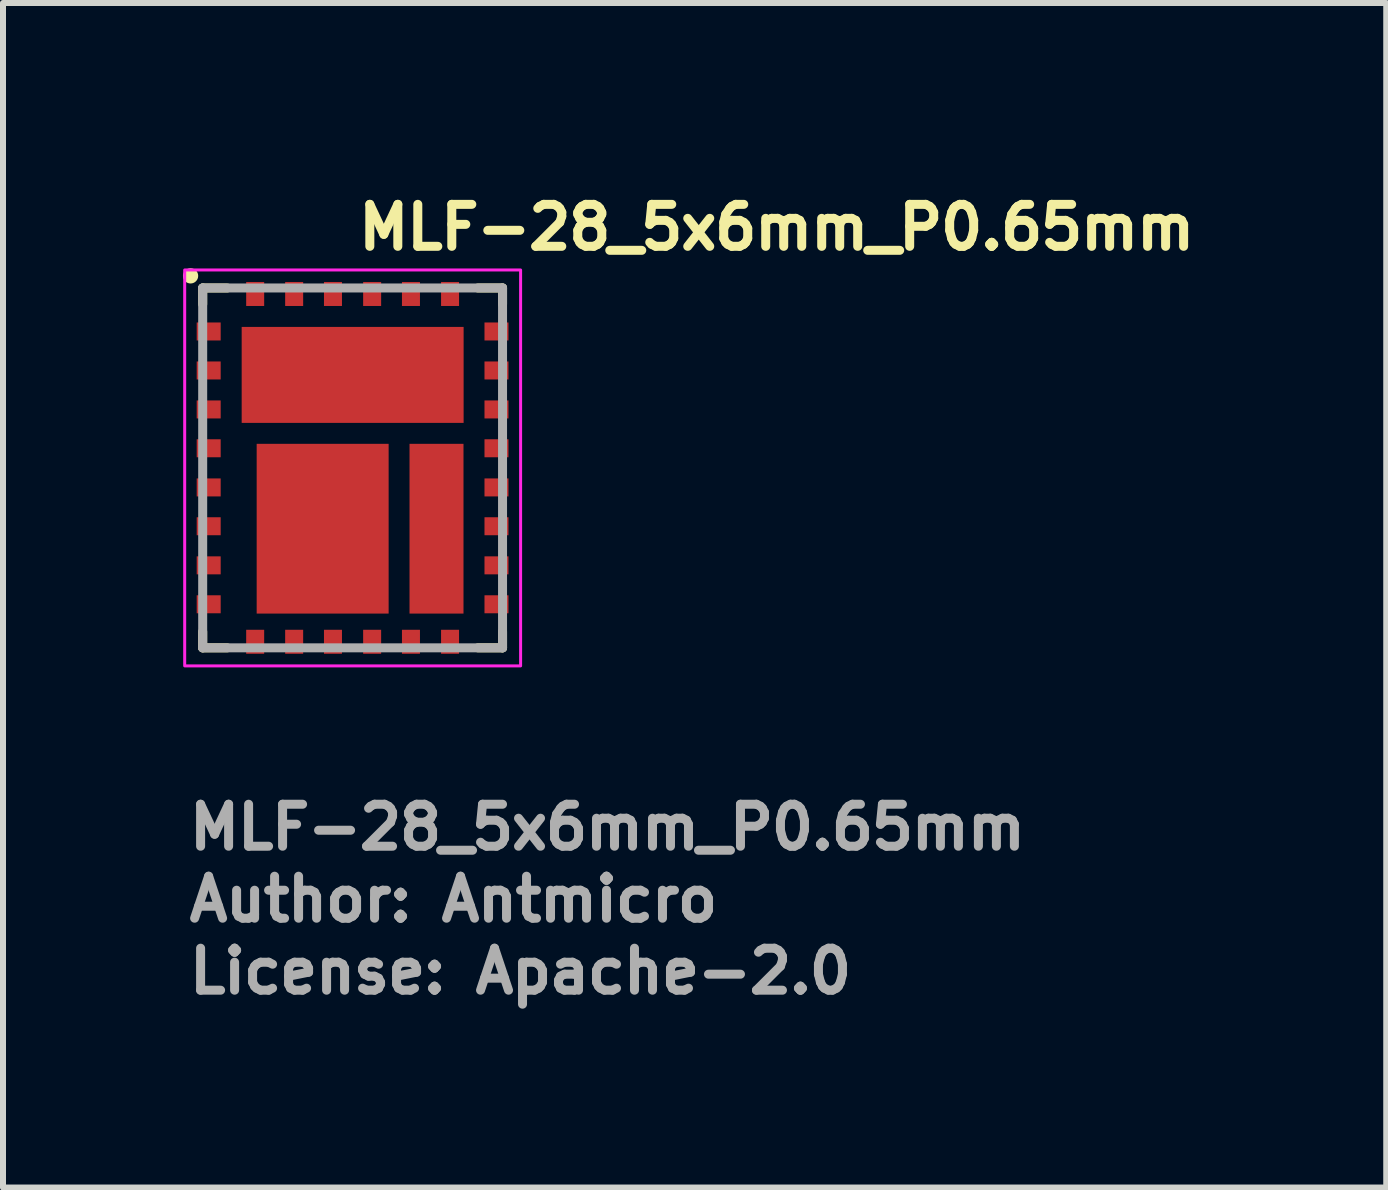
<source format=kicad_pcb>
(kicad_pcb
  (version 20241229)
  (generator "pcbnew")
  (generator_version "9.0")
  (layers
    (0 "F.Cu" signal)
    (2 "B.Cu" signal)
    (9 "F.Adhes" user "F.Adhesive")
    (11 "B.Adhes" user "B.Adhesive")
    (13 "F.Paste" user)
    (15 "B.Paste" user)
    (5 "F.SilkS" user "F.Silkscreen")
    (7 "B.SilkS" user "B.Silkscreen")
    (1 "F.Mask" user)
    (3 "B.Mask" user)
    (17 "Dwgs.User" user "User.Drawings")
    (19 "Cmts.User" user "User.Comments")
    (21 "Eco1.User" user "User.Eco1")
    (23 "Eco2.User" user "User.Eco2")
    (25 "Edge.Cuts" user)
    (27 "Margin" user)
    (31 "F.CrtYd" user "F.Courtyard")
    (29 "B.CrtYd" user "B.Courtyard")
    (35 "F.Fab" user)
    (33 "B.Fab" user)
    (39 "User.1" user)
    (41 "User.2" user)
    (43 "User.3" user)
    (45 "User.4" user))
  (footprint "MLF-28_5x6mm_P0.65mm"
    (layer "F.Cu")
    (at 2.829 4.751)
    (property "Reference" "MLF-28_5x6mm_P0.65mm" (at 0.021 -3.601 0) (layer "F.SilkS") (effects (font (size 0.7 0.7) (thickness 0.15)) (justify left bottom)))
    (attr smd)
    (fp_line (start -2.5 -3) (end -2.09 -3) (stroke (width 0.15) (type solid)) (layer "F.SilkS"))
    (fp_line (start -2.5 -2.73) (end -2.5 -3) (stroke (width 0.15) (type solid)) (layer "F.SilkS"))
    (fp_line (start -2.5 2.999) (end -2.5 2.729) (stroke (width 0.15) (type solid)) (layer "F.SilkS"))
    (fp_line (start -2.5 2.999) (end -2.09 2.999) (stroke (width 0.15) (type solid)) (layer "F.SilkS"))
    (fp_line (start 2.088 -3) (end 2.499 -3) (stroke (width 0.15) (type solid)) (layer "F.SilkS"))
    (fp_line (start 2.088 2.999) (end 2.499 2.999) (stroke (width 0.15) (type solid)) (layer "F.SilkS"))
    (fp_line (start 2.499 -2.73) (end 2.499 -3) (stroke (width 0.15) (type solid)) (layer "F.SilkS"))
    (fp_line (start 2.499 2.999) (end 2.499 2.729) (stroke (width 0.15) (type solid)) (layer "F.SilkS"))
    (fp_circle (center -2.702 -3.202) (end -2.65 -3.202) (stroke (width 0.15) (type solid)) (fill yes) (layer "F.SilkS"))
    (fp_poly (pts (xy -1.651 -2.15) (xy -0.103 -2.15) (xy -0.103 -0.951) (xy -1.651 -0.951)) (stroke (width 0.01) (type solid)) (fill yes) (layer "F.Paste"))
    (fp_poly (pts (xy -1.555 -0.198) (xy -0.755 -0.198) (xy -0.755 0.915) (xy -1.555 0.915)) (stroke (width 0.01) (type solid)) (fill yes) (layer "F.Paste"))
    (fp_poly (pts (xy -1.555 1.114) (xy -0.755 1.114) (xy -0.755 2.225) (xy -1.555 2.225)) (stroke (width 0.01) (type solid)) (fill yes) (layer "F.Paste"))
    (fp_poly (pts (xy -0.245 -0.198) (xy 0.555 -0.198) (xy 0.555 0.915) (xy -0.245 0.915)) (stroke (width 0.01) (type solid)) (fill yes) (layer "F.Paste"))
    (fp_poly (pts (xy -0.245 1.114) (xy 0.555 1.114) (xy 0.555 2.225) (xy -0.245 2.225)) (stroke (width 0.01) (type solid)) (fill yes) (layer "F.Paste"))
    (fp_poly (pts (xy 0.1 -2.15) (xy 1.648 -2.15) (xy 1.648 -0.951) (xy 0.1 -0.951)) (stroke (width 0.01) (type solid)) (fill yes) (layer "F.Paste"))
    (fp_poly (pts (xy 1.148 -0.198) (xy 1.648 -0.198) (xy 1.648 0.915) (xy 1.148 0.915)) (stroke (width 0.01) (type solid)) (fill yes) (layer "F.Paste"))
    (fp_poly (pts (xy 1.148 1.114) (xy 1.648 1.114) (xy 1.648 2.225) (xy 1.148 2.225)) (stroke (width 0.01) (type solid)) (fill yes) (layer "F.Paste"))
    (fp_rect (start -2.8 -3.3) (end 2.8 3.3) (stroke (width 0.05) (type solid)) (fill no) (layer "F.CrtYd"))
    (fp_line (start -2.5 -3) (end 2.499 -3) (stroke (width 0.15) (type solid)) (layer "F.Fab"))
    (fp_line (start -2.5 2.999) (end -2.5 -3) (stroke (width 0.15) (type solid)) (layer "F.Fab"))
    (fp_line (start 2.499 -3) (end 2.499 2.999) (stroke (width 0.15) (type solid)) (layer "F.Fab"))
    (fp_line (start 2.499 2.999) (end -2.5 2.999) (stroke (width 0.15) (type solid)) (layer "F.Fab"))
    (fp_rect (start -2.5 -3) (end 2.499 2.999) (stroke (width 0.1) (type solid)) (fill no) (layer "User.5"))
    (fp_line (start -2.5 -3) (end -2.5 2.999) (stroke (width 0.02) (type solid)) (layer "User.9"))
    (fp_line (start -2.5 2.999) (end 2.499 2.999) (stroke (width 0.02) (type solid)) (layer "User.9"))
    (fp_line (start -2.105 -2.316) (end -2.105 -2.308) (stroke (width 0.02) (type solid)) (layer "User.9"))
    (fp_line (start -2.105 -2.316) (end -2.105 -2.308) (stroke (width 0.02) (type solid)) (layer "User.9"))
    (fp_line (start -2.105 -2.308) (end -2.105 -2.308) (stroke (width 0.02) (type solid)) (layer "User.9"))
    (fp_line (start -2.105 -2.308) (end -2.105 -2.308) (stroke (width 0.02) (type solid)) (layer "User.9"))
    (fp_line (start -2.105 -2.308) (end -2.105 -2.299) (stroke (width 0.02) (type solid)) (layer "User.9"))
    (fp_line (start -2.105 -2.308) (end -2.105 -2.299) (stroke (width 0.02) (type solid)) (layer "User.9"))
    (fp_line (start -2.105 -2.299) (end -2.104 -2.291) (stroke (width 0.02) (type solid)) (layer "User.9"))
    (fp_line (start -2.105 -2.299) (end -2.104 -2.291) (stroke (width 0.02) (type solid)) (layer "User.9"))
    (fp_line (start -2.104 -2.326) (end -2.105 -2.316) (stroke (width 0.02) (type solid)) (layer "User.9"))
    (fp_line (start -2.104 -2.326) (end -2.105 -2.316) (stroke (width 0.02) (type solid)) (layer "User.9"))
    (fp_line (start -2.104 -2.291) (end -2.102 -2.282) (stroke (width 0.02) (type solid)) (layer "User.9"))
    (fp_line (start -2.104 -2.291) (end -2.102 -2.282) (stroke (width 0.02) (type solid)) (layer "User.9"))
    (fp_line (start -2.102 -2.334) (end -2.104 -2.326) (stroke (width 0.02) (type solid)) (layer "User.9"))
    (fp_line (start -2.102 -2.334) (end -2.104 -2.326) (stroke (width 0.02) (type solid)) (layer "User.9"))
    (fp_line (start -2.102 -2.282) (end -2.101 -2.274) (stroke (width 0.02) (type solid)) (layer "User.9"))
    (fp_line (start -2.102 -2.282) (end -2.101 -2.274) (stroke (width 0.02) (type solid)) (layer "User.9"))
    (fp_line (start -2.101 -2.342) (end -2.102 -2.334) (stroke (width 0.02) (type solid)) (layer "User.9"))
    (fp_line (start -2.101 -2.342) (end -2.102 -2.334) (stroke (width 0.02) (type solid)) (layer "User.9"))
    (fp_line (start -2.101 -2.274) (end -2.1 -2.266) (stroke (width 0.02) (type solid)) (layer "User.9"))
    (fp_line (start -2.101 -2.274) (end -2.1 -2.266) (stroke (width 0.02) (type solid)) (layer "User.9"))
    (fp_line (start -2.1 -2.351) (end -2.101 -2.342) (stroke (width 0.02) (type solid)) (layer "User.9"))
    (fp_line (start -2.1 -2.351) (end -2.101 -2.342) (stroke (width 0.02) (type solid)) (layer "User.9"))
    (fp_line (start -2.1 -2.266) (end -2.097 -2.258) (stroke (width 0.02) (type solid)) (layer "User.9"))
    (fp_line (start -2.1 -2.266) (end -2.097 -2.258) (stroke (width 0.02) (type solid)) (layer "User.9"))
    (fp_line (start -2.097 -2.359) (end -2.1 -2.351) (stroke (width 0.02) (type solid)) (layer "User.9"))
    (fp_line (start -2.097 -2.359) (end -2.1 -2.351) (stroke (width 0.02) (type solid)) (layer "User.9"))
    (fp_line (start -2.097 -2.258) (end -2.094 -2.25) (stroke (width 0.02) (type solid)) (layer "User.9"))
    (fp_line (start -2.097 -2.258) (end -2.094 -2.25) (stroke (width 0.02) (type solid)) (layer "User.9"))
    (fp_line (start -2.094 -2.366) (end -2.097 -2.359) (stroke (width 0.02) (type solid)) (layer "User.9"))
    (fp_line (start -2.094 -2.366) (end -2.097 -2.359) (stroke (width 0.02) (type solid)) (layer "User.9"))
    (fp_line (start -2.094 -2.25) (end -2.092 -2.243) (stroke (width 0.02) (type solid)) (layer "User.9"))
    (fp_line (start -2.094 -2.25) (end -2.092 -2.243) (stroke (width 0.02) (type solid)) (layer "User.9"))
    (fp_line (start -2.092 -2.374) (end -2.094 -2.366) (stroke (width 0.02) (type solid)) (layer "User.9"))
    (fp_line (start -2.092 -2.374) (end -2.094 -2.366) (stroke (width 0.02) (type solid)) (layer "User.9"))
    (fp_line (start -2.092 -2.243) (end -2.089 -2.235) (stroke (width 0.02) (type solid)) (layer "User.9"))
    (fp_line (start -2.092 -2.243) (end -2.089 -2.235) (stroke (width 0.02) (type solid)) (layer "User.9"))
    (fp_line (start -2.089 -2.38) (end -2.092 -2.374) (stroke (width 0.02) (type solid)) (layer "User.9"))
    (fp_line (start -2.089 -2.38) (end -2.092 -2.374) (stroke (width 0.02) (type solid)) (layer "User.9"))
    (fp_line (start -2.089 -2.235) (end -2.085 -2.229) (stroke (width 0.02) (type solid)) (layer "User.9"))
    (fp_line (start -2.089 -2.235) (end -2.085 -2.229) (stroke (width 0.02) (type solid)) (layer "User.9"))
    (fp_line (start -2.085 -2.388) (end -2.089 -2.38) (stroke (width 0.02) (type solid)) (layer "User.9"))
    (fp_line (start -2.085 -2.388) (end -2.089 -2.38) (stroke (width 0.02) (type solid)) (layer "User.9"))
    (fp_line (start -2.085 -2.229) (end -2.081 -2.222) (stroke (width 0.02) (type solid)) (layer "User.9"))
    (fp_line (start -2.085 -2.229) (end -2.081 -2.222) (stroke (width 0.02) (type solid)) (layer "User.9"))
    (fp_line (start -2.081 -2.395) (end -2.085 -2.388) (stroke (width 0.02) (type solid)) (layer "User.9"))
    (fp_line (start -2.081 -2.395) (end -2.085 -2.388) (stroke (width 0.02) (type solid)) (layer "User.9"))
    (fp_line (start -2.081 -2.222) (end -2.077 -2.214) (stroke (width 0.02) (type solid)) (layer "User.9"))
    (fp_line (start -2.081 -2.222) (end -2.077 -2.214) (stroke (width 0.02) (type solid)) (layer "User.9"))
    (fp_line (start -2.077 -2.402) (end -2.081 -2.395) (stroke (width 0.02) (type solid)) (layer "User.9"))
    (fp_line (start -2.077 -2.402) (end -2.081 -2.395) (stroke (width 0.02) (type solid)) (layer "User.9"))
    (fp_line (start -2.077 -2.214) (end -2.072 -2.207) (stroke (width 0.02) (type solid)) (layer "User.9"))
    (fp_line (start -2.077 -2.214) (end -2.072 -2.207) (stroke (width 0.02) (type solid)) (layer "User.9"))
    (fp_line (start -2.072 -2.408) (end -2.077 -2.402) (stroke (width 0.02) (type solid)) (layer "User.9"))
    (fp_line (start -2.072 -2.408) (end -2.077 -2.402) (stroke (width 0.02) (type solid)) (layer "User.9"))
    (fp_line (start -2.072 -2.207) (end -2.066 -2.202) (stroke (width 0.02) (type solid)) (layer "User.9"))
    (fp_line (start -2.072 -2.207) (end -2.066 -2.202) (stroke (width 0.02) (type solid)) (layer "User.9"))
    (fp_line (start -2.066 -2.415) (end -2.072 -2.408) (stroke (width 0.02) (type solid)) (layer "User.9"))
    (fp_line (start -2.066 -2.415) (end -2.072 -2.408) (stroke (width 0.02) (type solid)) (layer "User.9"))
    (fp_line (start -2.066 -2.202) (end -2.061 -2.195) (stroke (width 0.02) (type solid)) (layer "User.9"))
    (fp_line (start -2.066 -2.202) (end -2.061 -2.195) (stroke (width 0.02) (type solid)) (layer "User.9"))
    (fp_line (start -2.061 -2.42) (end -2.066 -2.415) (stroke (width 0.02) (type solid)) (layer "User.9"))
    (fp_line (start -2.061 -2.42) (end -2.066 -2.415) (stroke (width 0.02) (type solid)) (layer "User.9"))
    (fp_line (start -2.061 -2.195) (end -2.056 -2.19) (stroke (width 0.02) (type solid)) (layer "User.9"))
    (fp_line (start -2.061 -2.195) (end -2.056 -2.19) (stroke (width 0.02) (type solid)) (layer "User.9"))
    (fp_line (start -2.056 -2.427) (end -2.061 -2.42) (stroke (width 0.02) (type solid)) (layer "User.9"))
    (fp_line (start -2.056 -2.427) (end -2.061 -2.42) (stroke (width 0.02) (type solid)) (layer "User.9"))
    (fp_line (start -2.056 -2.19) (end -2.05 -2.185) (stroke (width 0.02) (type solid)) (layer "User.9"))
    (fp_line (start -2.056 -2.19) (end -2.05 -2.185) (stroke (width 0.02) (type solid)) (layer "User.9"))
    (fp_line (start -2.05 -2.432) (end -2.056 -2.427) (stroke (width 0.02) (type solid)) (layer "User.9"))
    (fp_line (start -2.05 -2.432) (end -2.056 -2.427) (stroke (width 0.02) (type solid)) (layer "User.9"))
    (fp_line (start -2.05 -2.185) (end -2.044 -2.178) (stroke (width 0.02) (type solid)) (layer "User.9"))
    (fp_line (start -2.05 -2.185) (end -2.044 -2.178) (stroke (width 0.02) (type solid)) (layer "User.9"))
    (fp_line (start -2.044 -2.437) (end -2.05 -2.432) (stroke (width 0.02) (type solid)) (layer "User.9"))
    (fp_line (start -2.044 -2.437) (end -2.05 -2.432) (stroke (width 0.02) (type solid)) (layer "User.9"))
    (fp_line (start -2.044 -2.178) (end -2.037 -2.173) (stroke (width 0.02) (type solid)) (layer "User.9"))
    (fp_line (start -2.044 -2.178) (end -2.037 -2.173) (stroke (width 0.02) (type solid)) (layer "User.9"))
    (fp_line (start -2.037 -2.443) (end -2.044 -2.437) (stroke (width 0.02) (type solid)) (layer "User.9"))
    (fp_line (start -2.037 -2.443) (end -2.044 -2.437) (stroke (width 0.02) (type solid)) (layer "User.9"))
    (fp_line (start -2.037 -2.173) (end -2.032 -2.169) (stroke (width 0.02) (type solid)) (layer "User.9"))
    (fp_line (start -2.037 -2.173) (end -2.032 -2.169) (stroke (width 0.02) (type solid)) (layer "User.9"))
    (fp_line (start -2.032 -2.448) (end -2.037 -2.443) (stroke (width 0.02) (type solid)) (layer "User.9"))
    (fp_line (start -2.032 -2.448) (end -2.037 -2.443) (stroke (width 0.02) (type solid)) (layer "User.9"))
    (fp_line (start -2.032 -2.169) (end -2.024 -2.165) (stroke (width 0.02) (type solid)) (layer "User.9"))
    (fp_line (start -2.032 -2.169) (end -2.024 -2.165) (stroke (width 0.02) (type solid)) (layer "User.9"))
    (fp_line (start -2.024 -2.452) (end -2.032 -2.448) (stroke (width 0.02) (type solid)) (layer "User.9"))
    (fp_line (start -2.024 -2.452) (end -2.032 -2.448) (stroke (width 0.02) (type solid)) (layer "User.9"))
    (fp_line (start -2.024 -2.165) (end -2.017 -2.161) (stroke (width 0.02) (type solid)) (layer "User.9"))
    (fp_line (start -2.024 -2.165) (end -2.017 -2.161) (stroke (width 0.02) (type solid)) (layer "User.9"))
    (fp_line (start -2.017 -2.456) (end -2.024 -2.452) (stroke (width 0.02) (type solid)) (layer "User.9"))
    (fp_line (start -2.017 -2.456) (end -2.024 -2.452) (stroke (width 0.02) (type solid)) (layer "User.9"))
    (fp_line (start -2.017 -2.161) (end -2.011 -2.157) (stroke (width 0.02) (type solid)) (layer "User.9"))
    (fp_line (start -2.017 -2.161) (end -2.011 -2.157) (stroke (width 0.02) (type solid)) (layer "User.9"))
    (fp_line (start -2.011 -2.46) (end -2.017 -2.456) (stroke (width 0.02) (type solid)) (layer "User.9"))
    (fp_line (start -2.011 -2.46) (end -2.017 -2.456) (stroke (width 0.02) (type solid)) (layer "User.9"))
    (fp_line (start -2.011 -2.157) (end -2.003 -2.153) (stroke (width 0.02) (type solid)) (layer "User.9"))
    (fp_line (start -2.011 -2.157) (end -2.003 -2.153) (stroke (width 0.02) (type solid)) (layer "User.9"))
    (fp_line (start -2.003 -2.463) (end -2.011 -2.46) (stroke (width 0.02) (type solid)) (layer "User.9"))
    (fp_line (start -2.003 -2.463) (end -2.011 -2.46) (stroke (width 0.02) (type solid)) (layer "User.9"))
    (fp_line (start -2.003 -2.153) (end -1.996 -2.15) (stroke (width 0.02) (type solid)) (layer "User.9"))
    (fp_line (start -2.003 -2.153) (end -1.996 -2.15) (stroke (width 0.02) (type solid)) (layer "User.9"))
    (fp_line (start -1.996 -2.465) (end -2.003 -2.463) (stroke (width 0.02) (type solid)) (layer "User.9"))
    (fp_line (start -1.996 -2.465) (end -2.003 -2.463) (stroke (width 0.02) (type solid)) (layer "User.9"))
    (fp_line (start -1.996 -2.15) (end -1.988 -2.149) (stroke (width 0.02) (type solid)) (layer "User.9"))
    (fp_line (start -1.996 -2.15) (end -1.988 -2.149) (stroke (width 0.02) (type solid)) (layer "User.9"))
    (fp_line (start -1.988 -2.468) (end -1.996 -2.465) (stroke (width 0.02) (type solid)) (layer "User.9"))
    (fp_line (start -1.988 -2.468) (end -1.996 -2.465) (stroke (width 0.02) (type solid)) (layer "User.9"))
    (fp_line (start -1.988 -2.149) (end -1.98 -2.145) (stroke (width 0.02) (type solid)) (layer "User.9"))
    (fp_line (start -1.988 -2.149) (end -1.98 -2.145) (stroke (width 0.02) (type solid)) (layer "User.9"))
    (fp_line (start -1.98 -2.471) (end -1.988 -2.468) (stroke (width 0.02) (type solid)) (layer "User.9"))
    (fp_line (start -1.98 -2.471) (end -1.988 -2.468) (stroke (width 0.02) (type solid)) (layer "User.9"))
    (fp_line (start -1.98 -2.145) (end -1.972 -2.144) (stroke (width 0.02) (type solid)) (layer "User.9"))
    (fp_line (start -1.98 -2.145) (end -1.972 -2.144) (stroke (width 0.02) (type solid)) (layer "User.9"))
    (fp_line (start -1.972 -2.472) (end -1.98 -2.471) (stroke (width 0.02) (type solid)) (layer "User.9"))
    (fp_line (start -1.972 -2.472) (end -1.98 -2.471) (stroke (width 0.02) (type solid)) (layer "User.9"))
    (fp_line (start -1.972 -2.144) (end -1.964 -2.142) (stroke (width 0.02) (type solid)) (layer "User.9"))
    (fp_line (start -1.972 -2.144) (end -1.964 -2.142) (stroke (width 0.02) (type solid)) (layer "User.9"))
    (fp_line (start -1.964 -2.475) (end -1.972 -2.472) (stroke (width 0.02) (type solid)) (layer "User.9"))
    (fp_line (start -1.964 -2.475) (end -1.972 -2.472) (stroke (width 0.02) (type solid)) (layer "User.9"))
    (fp_line (start -1.964 -2.142) (end -1.954 -2.141) (stroke (width 0.02) (type solid)) (layer "User.9"))
    (fp_line (start -1.964 -2.142) (end -1.954 -2.141) (stroke (width 0.02) (type solid)) (layer "User.9"))
    (fp_line (start -1.954 -2.476) (end -1.964 -2.475) (stroke (width 0.02) (type solid)) (layer "User.9"))
    (fp_line (start -1.954 -2.476) (end -1.964 -2.475) (stroke (width 0.02) (type solid)) (layer "User.9"))
    (fp_line (start -1.954 -2.141) (end -1.946 -2.141) (stroke (width 0.02) (type solid)) (layer "User.9"))
    (fp_line (start -1.954 -2.141) (end -1.946 -2.141) (stroke (width 0.02) (type solid)) (layer "User.9"))
    (fp_line (start -1.946 -2.476) (end -1.954 -2.476) (stroke (width 0.02) (type solid)) (layer "User.9"))
    (fp_line (start -1.946 -2.476) (end -1.954 -2.476) (stroke (width 0.02) (type solid)) (layer "User.9"))
    (fp_line (start -1.946 -2.141) (end -1.938 -2.141) (stroke (width 0.02) (type solid)) (layer "User.9"))
    (fp_line (start -1.946 -2.141) (end -1.938 -2.141) (stroke (width 0.02) (type solid)) (layer "User.9"))
    (fp_line (start -1.938 -2.476) (end -1.946 -2.476) (stroke (width 0.02) (type solid)) (layer "User.9"))
    (fp_line (start -1.938 -2.476) (end -1.946 -2.476) (stroke (width 0.02) (type solid)) (layer "User.9"))
    (fp_line (start -1.938 -2.141) (end -1.928 -2.141) (stroke (width 0.02) (type solid)) (layer "User.9"))
    (fp_line (start -1.938 -2.141) (end -1.928 -2.141) (stroke (width 0.02) (type solid)) (layer "User.9"))
    (fp_line (start -1.928 -2.476) (end -1.938 -2.476) (stroke (width 0.02) (type solid)) (layer "User.9"))
    (fp_line (start -1.928 -2.476) (end -1.938 -2.476) (stroke (width 0.02) (type solid)) (layer "User.9"))
    (fp_line (start -1.928 -2.141) (end -1.92 -2.141) (stroke (width 0.02) (type solid)) (layer "User.9"))
    (fp_line (start -1.928 -2.141) (end -1.92 -2.141) (stroke (width 0.02) (type solid)) (layer "User.9"))
    (fp_line (start -1.92 -2.476) (end -1.928 -2.476) (stroke (width 0.02) (type solid)) (layer "User.9"))
    (fp_line (start -1.92 -2.476) (end -1.928 -2.476) (stroke (width 0.02) (type solid)) (layer "User.9"))
    (fp_line (start -1.92 -2.141) (end -1.913 -2.142) (stroke (width 0.02) (type solid)) (layer "User.9"))
    (fp_line (start -1.92 -2.141) (end -1.913 -2.142) (stroke (width 0.02) (type solid)) (layer "User.9"))
    (fp_line (start -1.913 -2.475) (end -1.92 -2.476) (stroke (width 0.02) (type solid)) (layer "User.9"))
    (fp_line (start -1.913 -2.475) (end -1.92 -2.476) (stroke (width 0.02) (type solid)) (layer "User.9"))
    (fp_line (start -1.913 -2.142) (end -1.903 -2.144) (stroke (width 0.02) (type solid)) (layer "User.9"))
    (fp_line (start -1.913 -2.142) (end -1.903 -2.144) (stroke (width 0.02) (type solid)) (layer "User.9"))
    (fp_line (start -1.903 -2.472) (end -1.913 -2.475) (stroke (width 0.02) (type solid)) (layer "User.9"))
    (fp_line (start -1.903 -2.472) (end -1.913 -2.475) (stroke (width 0.02) (type solid)) (layer "User.9"))
    (fp_line (start -1.903 -2.144) (end -1.895 -2.145) (stroke (width 0.02) (type solid)) (layer "User.9"))
    (fp_line (start -1.903 -2.144) (end -1.895 -2.145) (stroke (width 0.02) (type solid)) (layer "User.9"))
    (fp_line (start -1.895 -2.471) (end -1.903 -2.472) (stroke (width 0.02) (type solid)) (layer "User.9"))
    (fp_line (start -1.895 -2.471) (end -1.903 -2.472) (stroke (width 0.02) (type solid)) (layer "User.9"))
    (fp_line (start -1.895 -2.145) (end -1.887 -2.149) (stroke (width 0.02) (type solid)) (layer "User.9"))
    (fp_line (start -1.895 -2.145) (end -1.887 -2.149) (stroke (width 0.02) (type solid)) (layer "User.9"))
    (fp_line (start -1.887 -2.468) (end -1.895 -2.471) (stroke (width 0.02) (type solid)) (layer "User.9"))
    (fp_line (start -1.887 -2.468) (end -1.895 -2.471) (stroke (width 0.02) (type solid)) (layer "User.9"))
    (fp_line (start -1.887 -2.149) (end -1.881 -2.15) (stroke (width 0.02) (type solid)) (layer "User.9"))
    (fp_line (start -1.887 -2.149) (end -1.881 -2.15) (stroke (width 0.02) (type solid)) (layer "User.9"))
    (fp_line (start -1.881 -2.465) (end -1.887 -2.468) (stroke (width 0.02) (type solid)) (layer "User.9"))
    (fp_line (start -1.881 -2.465) (end -1.887 -2.468) (stroke (width 0.02) (type solid)) (layer "User.9"))
    (fp_line (start -1.881 -2.15) (end -1.873 -2.153) (stroke (width 0.02) (type solid)) (layer "User.9"))
    (fp_line (start -1.881 -2.15) (end -1.873 -2.153) (stroke (width 0.02) (type solid)) (layer "User.9"))
    (fp_line (start -1.873 -2.463) (end -1.881 -2.465) (stroke (width 0.02) (type solid)) (layer "User.9"))
    (fp_line (start -1.873 -2.463) (end -1.881 -2.465) (stroke (width 0.02) (type solid)) (layer "User.9"))
    (fp_line (start -1.873 -2.153) (end -1.865 -2.157) (stroke (width 0.02) (type solid)) (layer "User.9"))
    (fp_line (start -1.873 -2.153) (end -1.865 -2.157) (stroke (width 0.02) (type solid)) (layer "User.9"))
    (fp_line (start -1.865 -2.46) (end -1.873 -2.463) (stroke (width 0.02) (type solid)) (layer "User.9"))
    (fp_line (start -1.865 -2.46) (end -1.873 -2.463) (stroke (width 0.02) (type solid)) (layer "User.9"))
    (fp_line (start -1.865 -2.157) (end -1.857 -2.161) (stroke (width 0.02) (type solid)) (layer "User.9"))
    (fp_line (start -1.865 -2.157) (end -1.857 -2.161) (stroke (width 0.02) (type solid)) (layer "User.9"))
    (fp_line (start -1.857 -2.456) (end -1.865 -2.46) (stroke (width 0.02) (type solid)) (layer "User.9"))
    (fp_line (start -1.857 -2.456) (end -1.865 -2.46) (stroke (width 0.02) (type solid)) (layer "User.9"))
    (fp_line (start -1.857 -2.161) (end -1.851 -2.165) (stroke (width 0.02) (type solid)) (layer "User.9"))
    (fp_line (start -1.857 -2.161) (end -1.851 -2.165) (stroke (width 0.02) (type solid)) (layer "User.9"))
    (fp_line (start -1.851 -2.452) (end -1.857 -2.456) (stroke (width 0.02) (type solid)) (layer "User.9"))
    (fp_line (start -1.851 -2.452) (end -1.857 -2.456) (stroke (width 0.02) (type solid)) (layer "User.9"))
    (fp_line (start -1.851 -2.165) (end -1.845 -2.169) (stroke (width 0.02) (type solid)) (layer "User.9"))
    (fp_line (start -1.851 -2.165) (end -1.845 -2.169) (stroke (width 0.02) (type solid)) (layer "User.9"))
    (fp_line (start -1.845 -2.448) (end -1.851 -2.452) (stroke (width 0.02) (type solid)) (layer "User.9"))
    (fp_line (start -1.845 -2.448) (end -1.851 -2.452) (stroke (width 0.02) (type solid)) (layer "User.9"))
    (fp_line (start -1.845 -2.169) (end -1.837 -2.173) (stroke (width 0.02) (type solid)) (layer "User.9"))
    (fp_line (start -1.845 -2.169) (end -1.837 -2.173) (stroke (width 0.02) (type solid)) (layer "User.9"))
    (fp_line (start -1.837 -2.443) (end -1.845 -2.448) (stroke (width 0.02) (type solid)) (layer "User.9"))
    (fp_line (start -1.837 -2.443) (end -1.845 -2.448) (stroke (width 0.02) (type solid)) (layer "User.9"))
    (fp_line (start -1.837 -2.173) (end -1.831 -2.178) (stroke (width 0.02) (type solid)) (layer "User.9"))
    (fp_line (start -1.837 -2.173) (end -1.831 -2.178) (stroke (width 0.02) (type solid)) (layer "User.9"))
    (fp_line (start -1.831 -2.437) (end -1.837 -2.443) (stroke (width 0.02) (type solid)) (layer "User.9"))
    (fp_line (start -1.831 -2.437) (end -1.837 -2.443) (stroke (width 0.02) (type solid)) (layer "User.9"))
    (fp_line (start -1.831 -2.178) (end -1.825 -2.185) (stroke (width 0.02) (type solid)) (layer "User.9"))
    (fp_line (start -1.831 -2.178) (end -1.825 -2.185) (stroke (width 0.02) (type solid)) (layer "User.9"))
    (fp_line (start -1.825 -2.432) (end -1.831 -2.437) (stroke (width 0.02) (type solid)) (layer "User.9"))
    (fp_line (start -1.825 -2.432) (end -1.831 -2.437) (stroke (width 0.02) (type solid)) (layer "User.9"))
    (fp_line (start -1.825 -2.185) (end -1.819 -2.19) (stroke (width 0.02) (type solid)) (layer "User.9"))
    (fp_line (start -1.825 -2.185) (end -1.819 -2.19) (stroke (width 0.02) (type solid)) (layer "User.9"))
    (fp_line (start -1.819 -2.427) (end -1.825 -2.432) (stroke (width 0.02) (type solid)) (layer "User.9"))
    (fp_line (start -1.819 -2.427) (end -1.825 -2.432) (stroke (width 0.02) (type solid)) (layer "User.9"))
    (fp_line (start -1.819 -2.19) (end -1.813 -2.195) (stroke (width 0.02) (type solid)) (layer "User.9"))
    (fp_line (start -1.819 -2.19) (end -1.813 -2.195) (stroke (width 0.02) (type solid)) (layer "User.9"))
    (fp_line (start -1.813 -2.42) (end -1.819 -2.427) (stroke (width 0.02) (type solid)) (layer "User.9"))
    (fp_line (start -1.813 -2.42) (end -1.819 -2.427) (stroke (width 0.02) (type solid)) (layer "User.9"))
    (fp_line (start -1.813 -2.195) (end -1.809 -2.202) (stroke (width 0.02) (type solid)) (layer "User.9"))
    (fp_line (start -1.813 -2.195) (end -1.809 -2.202) (stroke (width 0.02) (type solid)) (layer "User.9"))
    (fp_line (start -1.809 -2.415) (end -1.813 -2.42) (stroke (width 0.02) (type solid)) (layer "User.9"))
    (fp_line (start -1.809 -2.415) (end -1.813 -2.42) (stroke (width 0.02) (type solid)) (layer "User.9"))
    (fp_line (start -1.809 -2.202) (end -1.803 -2.207) (stroke (width 0.02) (type solid)) (layer "User.9"))
    (fp_line (start -1.809 -2.202) (end -1.803 -2.207) (stroke (width 0.02) (type solid)) (layer "User.9"))
    (fp_line (start -1.803 -2.408) (end -1.809 -2.415) (stroke (width 0.02) (type solid)) (layer "User.9"))
    (fp_line (start -1.803 -2.408) (end -1.809 -2.415) (stroke (width 0.02) (type solid)) (layer "User.9"))
    (fp_line (start -1.803 -2.207) (end -1.799 -2.214) (stroke (width 0.02) (type solid)) (layer "User.9"))
    (fp_line (start -1.803 -2.207) (end -1.799 -2.214) (stroke (width 0.02) (type solid)) (layer "User.9"))
    (fp_line (start -1.799 -2.402) (end -1.803 -2.408) (stroke (width 0.02) (type solid)) (layer "User.9"))
    (fp_line (start -1.799 -2.402) (end -1.803 -2.408) (stroke (width 0.02) (type solid)) (layer "User.9"))
    (fp_line (start -1.799 -2.214) (end -1.795 -2.222) (stroke (width 0.02) (type solid)) (layer "User.9"))
    (fp_line (start -1.799 -2.214) (end -1.795 -2.222) (stroke (width 0.02) (type solid)) (layer "User.9"))
    (fp_line (start -1.795 -2.395) (end -1.799 -2.402) (stroke (width 0.02) (type solid)) (layer "User.9"))
    (fp_line (start -1.795 -2.395) (end -1.799 -2.402) (stroke (width 0.02) (type solid)) (layer "User.9"))
    (fp_line (start -1.795 -2.222) (end -1.79 -2.229) (stroke (width 0.02) (type solid)) (layer "User.9"))
    (fp_line (start -1.795 -2.222) (end -1.79 -2.229) (stroke (width 0.02) (type solid)) (layer "User.9"))
    (fp_line (start -1.79 -2.388) (end -1.795 -2.395) (stroke (width 0.02) (type solid)) (layer "User.9"))
    (fp_line (start -1.79 -2.388) (end -1.795 -2.395) (stroke (width 0.02) (type solid)) (layer "User.9"))
    (fp_line (start -1.79 -2.229) (end -1.786 -2.235) (stroke (width 0.02) (type solid)) (layer "User.9"))
    (fp_line (start -1.79 -2.229) (end -1.786 -2.235) (stroke (width 0.02) (type solid)) (layer "User.9"))
    (fp_line (start -1.786 -2.38) (end -1.79 -2.388) (stroke (width 0.02) (type solid)) (layer "User.9"))
    (fp_line (start -1.786 -2.38) (end -1.79 -2.388) (stroke (width 0.02) (type solid)) (layer "User.9"))
    (fp_line (start -1.786 -2.235) (end -1.784 -2.243) (stroke (width 0.02) (type solid)) (layer "User.9"))
    (fp_line (start -1.786 -2.235) (end -1.784 -2.243) (stroke (width 0.02) (type solid)) (layer "User.9"))
    (fp_line (start -1.784 -2.374) (end -1.786 -2.38) (stroke (width 0.02) (type solid)) (layer "User.9"))
    (fp_line (start -1.784 -2.374) (end -1.786 -2.38) (stroke (width 0.02) (type solid)) (layer "User.9"))
    (fp_line (start -1.784 -2.243) (end -1.78 -2.25) (stroke (width 0.02) (type solid)) (layer "User.9"))
    (fp_line (start -1.784 -2.243) (end -1.78 -2.25) (stroke (width 0.02) (type solid)) (layer "User.9"))
    (fp_line (start -1.78 -2.366) (end -1.784 -2.374) (stroke (width 0.02) (type solid)) (layer "User.9"))
    (fp_line (start -1.78 -2.366) (end -1.784 -2.374) (stroke (width 0.02) (type solid)) (layer "User.9"))
    (fp_line (start -1.78 -2.25) (end -1.778 -2.258) (stroke (width 0.02) (type solid)) (layer "User.9"))
    (fp_line (start -1.78 -2.25) (end -1.778 -2.258) (stroke (width 0.02) (type solid)) (layer "User.9"))
    (fp_line (start -1.778 -2.359) (end -1.78 -2.366) (stroke (width 0.02) (type solid)) (layer "User.9"))
    (fp_line (start -1.778 -2.359) (end -1.78 -2.366) (stroke (width 0.02) (type solid)) (layer "User.9"))
    (fp_line (start -1.778 -2.258) (end -1.776 -2.266) (stroke (width 0.02) (type solid)) (layer "User.9"))
    (fp_line (start -1.778 -2.258) (end -1.776 -2.266) (stroke (width 0.02) (type solid)) (layer "User.9"))
    (fp_line (start -1.776 -2.351) (end -1.778 -2.359) (stroke (width 0.02) (type solid)) (layer "User.9"))
    (fp_line (start -1.776 -2.351) (end -1.778 -2.359) (stroke (width 0.02) (type solid)) (layer "User.9"))
    (fp_line (start -1.776 -2.266) (end -1.774 -2.274) (stroke (width 0.02) (type solid)) (layer "User.9"))
    (fp_line (start -1.776 -2.266) (end -1.774 -2.274) (stroke (width 0.02) (type solid)) (layer "User.9"))
    (fp_line (start -1.774 -2.342) (end -1.776 -2.351) (stroke (width 0.02) (type solid)) (layer "User.9"))
    (fp_line (start -1.774 -2.342) (end -1.776 -2.351) (stroke (width 0.02) (type solid)) (layer "User.9"))
    (fp_line (start -1.774 -2.274) (end -1.772 -2.282) (stroke (width 0.02) (type solid)) (layer "User.9"))
    (fp_line (start -1.774 -2.274) (end -1.772 -2.282) (stroke (width 0.02) (type solid)) (layer "User.9"))
    (fp_line (start -1.772 -2.334) (end -1.774 -2.342) (stroke (width 0.02) (type solid)) (layer "User.9"))
    (fp_line (start -1.772 -2.334) (end -1.774 -2.342) (stroke (width 0.02) (type solid)) (layer "User.9"))
    (fp_line (start -1.772 -2.326) (end -1.772 -2.334) (stroke (width 0.02) (type solid)) (layer "User.9"))
    (fp_line (start -1.772 -2.326) (end -1.772 -2.334) (stroke (width 0.02) (type solid)) (layer "User.9"))
    (fp_line (start -1.772 -2.291) (end -1.77 -2.299) (stroke (width 0.02) (type solid)) (layer "User.9"))
    (fp_line (start -1.772 -2.291) (end -1.77 -2.299) (stroke (width 0.02) (type solid)) (layer "User.9"))
    (fp_line (start -1.772 -2.282) (end -1.772 -2.291) (stroke (width 0.02) (type solid)) (layer "User.9"))
    (fp_line (start -1.772 -2.282) (end -1.772 -2.291) (stroke (width 0.02) (type solid)) (layer "User.9"))
    (fp_line (start -1.77 -2.316) (end -1.772 -2.326) (stroke (width 0.02) (type solid)) (layer "User.9"))
    (fp_line (start -1.77 -2.316) (end -1.772 -2.326) (stroke (width 0.02) (type solid)) (layer "User.9"))
    (fp_line (start -1.77 -2.308) (end -1.77 -2.316) (stroke (width 0.02) (type solid)) (layer "User.9"))
    (fp_line (start -1.77 -2.308) (end -1.77 -2.316) (stroke (width 0.02) (type solid)) (layer "User.9"))
    (fp_line (start -1.77 -2.308) (end -1.77 -2.308) (stroke (width 0.02) (type solid)) (layer "User.9"))
    (fp_line (start -1.77 -2.308) (end -1.77 -2.308) (stroke (width 0.02) (type solid)) (layer "User.9"))
    (fp_line (start -1.77 -2.299) (end -1.77 -2.308) (stroke (width 0.02) (type solid)) (layer "User.9"))
    (fp_line (start -1.77 -2.299) (end -1.77 -2.308) (stroke (width 0.02) (type solid)) (layer "User.9"))
    (fp_line (start 2.499 -3) (end -2.5 -3) (stroke (width 0.02) (type solid)) (layer "User.9"))
    (fp_line (start 2.499 2.999) (end 2.499 -3) (stroke (width 0.02) (type solid)) (layer "User.9"))
    (fp_text user "Author: Antmicro" (at -2.8 7.6 0) (layer "F.Fab") (effects (font (size 0.7 0.7) (thickness 0.15)) (justify left bottom)))
    (fp_text user "License: Apache-2.0" (at -2.8 8.8 0) (layer "F.Fab") (effects (font (size 0.7 0.7) (thickness 0.15)) (justify left bottom)))
    (fp_text user "${REFERENCE}" (at -2.8 6.4 0) (layer "F.Fab") (effects (font (size 0.7 0.7) (thickness 0.15)) (justify left bottom)))
    (pad "1" smd rect (at -2.4 -2.275) (size 0.4 0.3) (layers "F.Cu" "F.Mask" "F.Paste"))
    (pad "2" smd rect (at -2.4 -1.625) (size 0.4 0.3) (layers "F.Cu" "F.Mask" "F.Paste"))
    (pad "3" smd rect (at -2.4 -0.975) (size 0.4 0.3) (layers "F.Cu" "F.Mask" "F.Paste"))
    (pad "4" smd rect (at -2.4 -0.328) (size 0.4 0.3) (layers "F.Cu" "F.Mask" "F.Paste"))
    (pad "5" smd rect (at -2.4 0.325) (size 0.4 0.3) (layers "F.Cu" "F.Mask" "F.Paste"))
    (pad "6" smd rect (at -2.4 0.972) (size 0.4 0.3) (layers "F.Cu" "F.Mask" "F.Paste"))
    (pad "7" smd rect (at -2.4 1.624) (size 0.4 0.3) (layers "F.Cu" "F.Mask" "F.Paste"))
    (pad "8" smd rect (at -2.4 2.273) (size 0.4 0.3) (layers "F.Cu" "F.Mask" "F.Paste"))
    (pad "9" smd rect (at -1.625 2.898 90) (size 0.4 0.3) (layers "F.Cu" "F.Mask" "F.Paste"))
    (pad "10" smd rect (at -0.975 2.898 90) (size 0.4 0.3) (layers "F.Cu" "F.Mask" "F.Paste"))
    (pad "11" smd rect (at -0.328 2.898 90) (size 0.4 0.3) (layers "F.Cu" "F.Mask" "F.Paste"))
    (pad "12" smd rect (at 0.325 2.898 90) (size 0.4 0.3) (layers "F.Cu" "F.Mask" "F.Paste"))
    (pad "13" smd rect (at 0.972 2.898 90) (size 0.4 0.3) (layers "F.Cu" "F.Mask" "F.Paste"))
    (pad "14" smd rect (at 1.624 2.898 90) (size 0.4 0.3) (layers "F.Cu" "F.Mask" "F.Paste"))
    (pad "15" smd rect (at 2.398 2.273 180) (size 0.4 0.3) (layers "F.Cu" "F.Mask" "F.Paste"))
    (pad "16" smd rect (at 2.398 1.624 180) (size 0.4 0.3) (layers "F.Cu" "F.Mask" "F.Paste"))
    (pad "17" smd rect (at 2.398 0.972 180) (size 0.4 0.3) (layers "F.Cu" "F.Mask" "F.Paste"))
    (pad "18" smd rect (at 2.398 0.325 180) (size 0.4 0.3) (layers "F.Cu" "F.Mask" "F.Paste"))
    (pad "19" smd rect (at 2.398 -0.328 180) (size 0.4 0.3) (layers "F.Cu" "F.Mask" "F.Paste"))
    (pad "20" smd rect (at 2.398 -0.975 180) (size 0.4 0.3) (layers "F.Cu" "F.Mask" "F.Paste"))
    (pad "21" smd rect (at 2.398 -1.625 180) (size 0.4 0.3) (layers "F.Cu" "F.Mask" "F.Paste"))
    (pad "22" smd rect (at 2.398 -2.275 180) (size 0.4 0.3) (layers "F.Cu" "F.Mask" "F.Paste"))
    (pad "23" smd rect (at 1.624 -2.9 270) (size 0.4 0.3) (layers "F.Cu" "F.Mask" "F.Paste"))
    (pad "24" smd rect (at 0.972 -2.9 270) (size 0.4 0.3) (layers "F.Cu" "F.Mask" "F.Paste"))
    (pad "25" smd rect (at 0.325 -2.9 270) (size 0.4 0.3) (layers "F.Cu" "F.Mask" "F.Paste"))
    (pad "26" smd rect (at -0.328 -2.9 270) (size 0.4 0.3) (layers "F.Cu" "F.Mask" "F.Paste"))
    (pad "27" smd rect (at -0.975 -2.9 270) (size 0.4 0.3) (layers "F.Cu" "F.Mask" "F.Paste"))
    (pad "28" smd rect (at -1.625 -2.9 270) (size 0.4 0.3) (layers "F.Cu" "F.Mask" "F.Paste"))
    (pad "29" smd rect (at 0 -1.551) (size 3.7 1.6) (layers "F.Cu" "F.Mask"))
    (pad "30" smd rect (at -0.5 1.013 90) (size 2.83 2.2) (layers "F.Cu" "F.Mask"))
    (pad "31" smd rect (at 1.398 1.013 90) (size 2.83 0.9) (layers "F.Cu" "F.Mask")))
  (gr_rect
    (start -3 -3)
    (end 20.06 16.747)
    (stroke (width 0.1) (type default))
    (fill no)
    (layer "Edge.Cuts")))
</source>
